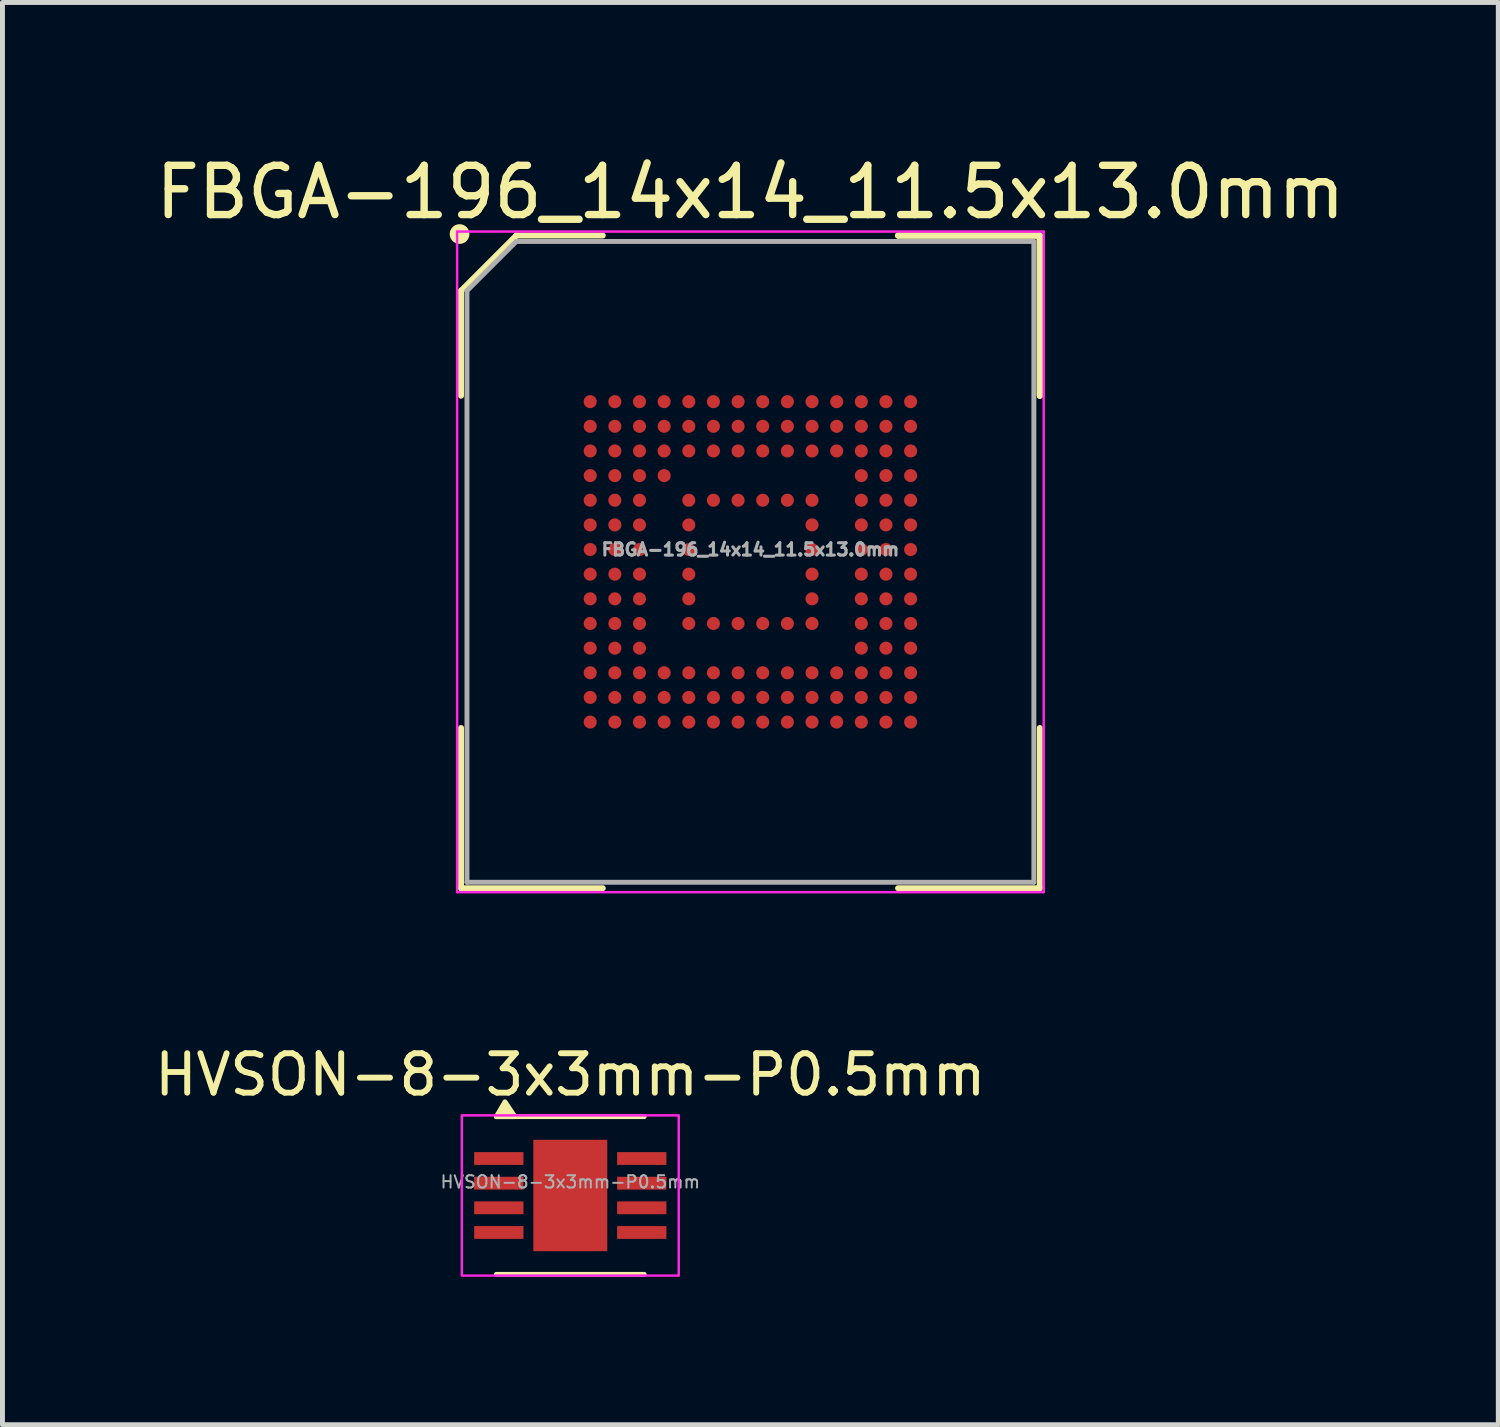
<source format=kicad_pcb>
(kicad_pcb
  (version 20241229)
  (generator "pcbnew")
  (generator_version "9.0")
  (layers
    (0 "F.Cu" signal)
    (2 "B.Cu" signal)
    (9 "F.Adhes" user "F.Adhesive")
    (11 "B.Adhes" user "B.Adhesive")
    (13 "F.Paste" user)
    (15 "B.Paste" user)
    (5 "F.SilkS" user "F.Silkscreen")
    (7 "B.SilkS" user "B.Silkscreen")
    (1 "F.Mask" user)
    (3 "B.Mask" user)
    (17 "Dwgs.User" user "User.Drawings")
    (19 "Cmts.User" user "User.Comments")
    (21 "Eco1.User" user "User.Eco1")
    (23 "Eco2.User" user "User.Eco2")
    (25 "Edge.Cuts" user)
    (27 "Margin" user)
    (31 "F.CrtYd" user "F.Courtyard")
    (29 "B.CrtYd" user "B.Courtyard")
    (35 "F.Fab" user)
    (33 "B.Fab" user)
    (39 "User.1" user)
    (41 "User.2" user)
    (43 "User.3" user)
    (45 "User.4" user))
  (footprint "FBGA-196_14x14_11.5x13.0mm"
    (layer "F.Cu")
    (at 12.173 8.348)
    (property "Reference" "FBGA-196_14x14_11.5x13.0mm" (at 0 -7.5 0) (layer "F.SilkS") (effects (font (size 1 1) (thickness 0.15))))
    (attr smd)
    (fp_line (start -5.87 -5.5) (end -5.87 -3.37) (stroke (width 0.12) (type default)) (layer "F.SilkS"))
    (fp_line (start -5.87 6.62) (end -5.87 3.37) (stroke (width 0.12) (type default)) (layer "F.SilkS"))
    (fp_line (start -4.75 -6.62) (end -5.87 -5.5) (stroke (width 0.12) (type default)) (layer "F.SilkS"))
    (fp_line (start -2.995 -6.62) (end -4.75 -6.62) (stroke (width 0.12) (type default)) (layer "F.SilkS"))
    (fp_line (start -2.995 6.62) (end -5.87 6.62) (stroke (width 0.12) (type default)) (layer "F.SilkS"))
    (fp_line (start 2.995 -6.62) (end 5.87 -6.62) (stroke (width 0.12) (type default)) (layer "F.SilkS"))
    (fp_line (start 2.995 -6.62) (end 5.87 -6.62) (stroke (width 0.12) (type default)) (layer "F.SilkS"))
    (fp_line (start 2.995 -6.62) (end 5.87 -6.62) (stroke (width 0.12) (type default)) (layer "F.SilkS"))
    (fp_line (start 2.995 6.62) (end 5.87 6.62) (stroke (width 0.12) (type default)) (layer "F.SilkS"))
    (fp_line (start 5.87 -6.62) (end 5.87 -3.37) (stroke (width 0.12) (type default)) (layer "F.SilkS"))
    (fp_line (start 5.87 -6.62) (end 5.87 -3.37) (stroke (width 0.12) (type default)) (layer "F.SilkS"))
    (fp_line (start 5.87 -6.62) (end 5.87 -3.37) (stroke (width 0.12) (type default)) (layer "F.SilkS"))
    (fp_line (start 5.87 6.62) (end 5.87 3.37) (stroke (width 0.12) (type default)) (layer "F.SilkS"))
    (fp_circle (center -5.9 -6.65) (end -5.9 -6.55) (stroke (width 0.2) (type default)) (fill no) (layer "F.SilkS"))
    (fp_line (start -5.95 -6.7) (end 5.95 -6.7) (stroke (width 0.05) (type default)) (layer "F.CrtYd"))
    (fp_line (start -5.95 6.7) (end -5.95 -6.7) (stroke (width 0.05) (type default)) (layer "F.CrtYd"))
    (fp_line (start 5.95 -6.7) (end 5.95 6.7) (stroke (width 0.05) (type default)) (layer "F.CrtYd"))
    (fp_line (start 5.95 6.7) (end -5.95 6.7) (stroke (width 0.05) (type default)) (layer "F.CrtYd"))
    (fp_line (start -5.75 -5.5) (end -5.75 6.5) (stroke (width 0.1) (type default)) (layer "F.Fab"))
    (fp_line (start -5.75 6.5) (end 5.75 6.5) (stroke (width 0.1) (type default)) (layer "F.Fab"))
    (fp_line (start -4.75 -6.5) (end -5.75 -5.5) (stroke (width 0.1) (type default)) (layer "F.Fab"))
    (fp_line (start 5.75 -6.5) (end -4.75 -6.5) (stroke (width 0.1) (type default)) (layer "F.Fab"))
    (fp_line (start 5.75 6.5) (end 5.75 -6.5) (stroke (width 0.1) (type default)) (layer "F.Fab"))
    (fp_text user "${REFERENCE}" (at 0 -0.25 0) (unlocked yes) (layer "F.Fab") (effects (font (size 0.25 0.25) (thickness 0.062) (bold yes))))
    (pad "A1" smd circle (at -3.25 -3.25) (size 0.265 0.265) (layers "F.Cu" "F.Mask" "F.Paste"))
    (pad "A2" smd circle (at -2.75 -3.25) (size 0.265 0.265) (layers "F.Cu" "F.Mask" "F.Paste"))
    (pad "A3" smd circle (at -2.25 -3.25) (size 0.265 0.265) (layers "F.Cu" "F.Mask" "F.Paste"))
    (pad "A4" smd circle (at -1.75 -3.25) (size 0.265 0.265) (layers "F.Cu" "F.Mask" "F.Paste"))
    (pad "A5" smd circle (at -1.25 -3.25) (size 0.265 0.265) (layers "F.Cu" "F.Mask" "F.Paste"))
    (pad "A6" smd circle (at -0.75 -3.25) (size 0.265 0.265) (layers "F.Cu" "F.Mask" "F.Paste"))
    (pad "A7" smd circle (at -0.25 -3.25) (size 0.265 0.265) (layers "F.Cu" "F.Mask" "F.Paste"))
    (pad "A8" smd circle (at 0.25 -3.25) (size 0.265 0.265) (layers "F.Cu" "F.Mask" "F.Paste"))
    (pad "A9" smd circle (at 0.75 -3.25) (size 0.265 0.265) (layers "F.Cu" "F.Mask" "F.Paste"))
    (pad "A10" smd circle (at 1.25 -3.25) (size 0.265 0.265) (layers "F.Cu" "F.Mask" "F.Paste"))
    (pad "A11" smd circle (at 1.75 -3.25) (size 0.265 0.265) (layers "F.Cu" "F.Mask" "F.Paste"))
    (pad "A12" smd circle (at 2.25 -3.25) (size 0.265 0.265) (layers "F.Cu" "F.Mask" "F.Paste"))
    (pad "A13" smd circle (at 2.75 -3.25) (size 0.265 0.265) (layers "F.Cu" "F.Mask" "F.Paste"))
    (pad "A14" smd circle (at 3.25 -3.25) (size 0.265 0.265) (layers "F.Cu" "F.Mask" "F.Paste"))
    (pad "B1" smd circle (at -3.25 -2.75) (size 0.265 0.265) (layers "F.Cu" "F.Mask" "F.Paste"))
    (pad "B2" smd circle (at -2.75 -2.75) (size 0.265 0.265) (layers "F.Cu" "F.Mask" "F.Paste"))
    (pad "B3" smd circle (at -2.25 -2.75) (size 0.265 0.265) (layers "F.Cu" "F.Mask" "F.Paste"))
    (pad "B4" smd circle (at -1.75 -2.75) (size 0.265 0.265) (layers "F.Cu" "F.Mask" "F.Paste"))
    (pad "B5" smd circle (at -1.25 -2.75) (size 0.265 0.265) (layers "F.Cu" "F.Mask" "F.Paste"))
    (pad "B6" smd circle (at -0.75 -2.75) (size 0.265 0.265) (layers "F.Cu" "F.Mask" "F.Paste"))
    (pad "B7" smd circle (at -0.25 -2.75) (size 0.265 0.265) (layers "F.Cu" "F.Mask" "F.Paste"))
    (pad "B8" smd circle (at 0.25 -2.75) (size 0.265 0.265) (layers "F.Cu" "F.Mask" "F.Paste"))
    (pad "B9" smd circle (at 0.75 -2.75) (size 0.265 0.265) (layers "F.Cu" "F.Mask" "F.Paste"))
    (pad "B10" smd circle (at 1.25 -2.75) (size 0.265 0.265) (layers "F.Cu" "F.Mask" "F.Paste"))
    (pad "B11" smd circle (at 1.75 -2.75) (size 0.265 0.265) (layers "F.Cu" "F.Mask" "F.Paste"))
    (pad "B12" smd circle (at 2.25 -2.75) (size 0.265 0.265) (layers "F.Cu" "F.Mask" "F.Paste"))
    (pad "B13" smd circle (at 2.75 -2.75) (size 0.265 0.265) (layers "F.Cu" "F.Mask" "F.Paste"))
    (pad "B14" smd circle (at 3.25 -2.75) (size 0.265 0.265) (layers "F.Cu" "F.Mask" "F.Paste"))
    (pad "C1" smd circle (at -3.25 -2.25) (size 0.265 0.265) (layers "F.Cu" "F.Mask" "F.Paste"))
    (pad "C2" smd circle (at -2.75 -2.25) (size 0.265 0.265) (layers "F.Cu" "F.Mask" "F.Paste"))
    (pad "C3" smd circle (at -2.25 -2.25) (size 0.265 0.265) (layers "F.Cu" "F.Mask" "F.Paste"))
    (pad "C4" smd circle (at -1.75 -2.25) (size 0.265 0.265) (layers "F.Cu" "F.Mask" "F.Paste"))
    (pad "C5" smd circle (at -1.25 -2.25) (size 0.265 0.265) (layers "F.Cu" "F.Mask" "F.Paste"))
    (pad "C6" smd circle (at -0.75 -2.25) (size 0.265 0.265) (layers "F.Cu" "F.Mask" "F.Paste"))
    (pad "C7" smd circle (at -0.25 -2.25) (size 0.265 0.265) (layers "F.Cu" "F.Mask" "F.Paste"))
    (pad "C8" smd circle (at 0.25 -2.25) (size 0.265 0.265) (layers "F.Cu" "F.Mask" "F.Paste"))
    (pad "C9" smd circle (at 0.75 -2.25) (size 0.265 0.265) (layers "F.Cu" "F.Mask" "F.Paste"))
    (pad "C10" smd circle (at 1.25 -2.25) (size 0.265 0.265) (layers "F.Cu" "F.Mask" "F.Paste"))
    (pad "C11" smd circle (at 1.75 -2.25) (size 0.265 0.265) (layers "F.Cu" "F.Mask" "F.Paste"))
    (pad "C12" smd circle (at 2.25 -2.25) (size 0.265 0.265) (layers "F.Cu" "F.Mask" "F.Paste"))
    (pad "C13" smd circle (at 2.75 -2.25) (size 0.265 0.265) (layers "F.Cu" "F.Mask" "F.Paste"))
    (pad "C14" smd circle (at 3.25 -2.25) (size 0.265 0.265) (layers "F.Cu" "F.Mask" "F.Paste"))
    (pad "D1" smd circle (at -3.25 -1.75) (size 0.265 0.265) (layers "F.Cu" "F.Mask" "F.Paste"))
    (pad "D2" smd circle (at -2.75 -1.75) (size 0.265 0.265) (layers "F.Cu" "F.Mask" "F.Paste"))
    (pad "D3" smd circle (at -2.25 -1.75) (size 0.265 0.265) (layers "F.Cu" "F.Mask" "F.Paste"))
    (pad "D4" smd circle (at -1.75 -1.75) (size 0.265 0.265) (layers "F.Cu" "F.Mask" "F.Paste"))
    (pad "D12" smd circle (at 2.25 -1.75) (size 0.265 0.265) (layers "F.Cu" "F.Mask" "F.Paste"))
    (pad "D13" smd circle (at 2.75 -1.75) (size 0.265 0.265) (layers "F.Cu" "F.Mask" "F.Paste"))
    (pad "D14" smd circle (at 3.25 -1.75) (size 0.265 0.265) (layers "F.Cu" "F.Mask" "F.Paste"))
    (pad "E1" smd circle (at -3.25 -1.25) (size 0.265 0.265) (layers "F.Cu" "F.Mask" "F.Paste"))
    (pad "E2" smd circle (at -2.75 -1.25) (size 0.265 0.265) (layers "F.Cu" "F.Mask" "F.Paste"))
    (pad "E3" smd circle (at -2.25 -1.25) (size 0.265 0.265) (layers "F.Cu" "F.Mask" "F.Paste"))
    (pad "E5" smd circle (at -1.25 -1.25) (size 0.265 0.265) (layers "F.Cu" "F.Mask" "F.Paste"))
    (pad "E6" smd circle (at -0.75 -1.25) (size 0.265 0.265) (layers "F.Cu" "F.Mask" "F.Paste"))
    (pad "E7" smd circle (at -0.25 -1.25) (size 0.265 0.265) (layers "F.Cu" "F.Mask" "F.Paste"))
    (pad "E8" smd circle (at 0.25 -1.25) (size 0.265 0.265) (layers "F.Cu" "F.Mask" "F.Paste"))
    (pad "E9" smd circle (at 0.75 -1.25) (size 0.265 0.265) (layers "F.Cu" "F.Mask" "F.Paste"))
    (pad "E10" smd circle (at 1.25 -1.25) (size 0.265 0.265) (layers "F.Cu" "F.Mask" "F.Paste"))
    (pad "E12" smd circle (at 2.25 -1.25) (size 0.265 0.265) (layers "F.Cu" "F.Mask" "F.Paste"))
    (pad "E13" smd circle (at 2.75 -1.25) (size 0.265 0.265) (layers "F.Cu" "F.Mask" "F.Paste"))
    (pad "E14" smd circle (at 3.25 -1.25) (size 0.265 0.265) (layers "F.Cu" "F.Mask" "F.Paste"))
    (pad "F1" smd circle (at -3.25 -0.75) (size 0.265 0.265) (layers "F.Cu" "F.Mask" "F.Paste"))
    (pad "F2" smd circle (at -2.75 -0.75) (size 0.265 0.265) (layers "F.Cu" "F.Mask" "F.Paste"))
    (pad "F3" smd circle (at -2.25 -0.75) (size 0.265 0.265) (layers "F.Cu" "F.Mask" "F.Paste"))
    (pad "F5" smd circle (at -1.25 -0.75) (size 0.265 0.265) (layers "F.Cu" "F.Mask" "F.Paste"))
    (pad "F10" smd circle (at 1.25 -0.75) (size 0.265 0.265) (layers "F.Cu" "F.Mask" "F.Paste"))
    (pad "F12" smd circle (at 2.25 -0.75) (size 0.265 0.265) (layers "F.Cu" "F.Mask" "F.Paste"))
    (pad "F13" smd circle (at 2.75 -0.75) (size 0.265 0.265) (layers "F.Cu" "F.Mask" "F.Paste"))
    (pad "F14" smd circle (at 3.25 -0.75) (size 0.265 0.265) (layers "F.Cu" "F.Mask" "F.Paste"))
    (pad "G1" smd circle (at -3.25 -0.25) (size 0.265 0.265) (layers "F.Cu" "F.Mask" "F.Paste"))
    (pad "G2" smd circle (at -2.75 -0.25) (size 0.265 0.265) (layers "F.Cu" "F.Mask" "F.Paste"))
    (pad "G3" smd circle (at -2.25 -0.25) (size 0.265 0.265) (layers "F.Cu" "F.Mask" "F.Paste"))
    (pad "G5" smd circle (at -1.25 -0.25) (size 0.265 0.265) (layers "F.Cu" "F.Mask" "F.Paste"))
    (pad "G10" smd circle (at 1.25 -0.25) (size 0.265 0.265) (layers "F.Cu" "F.Mask" "F.Paste"))
    (pad "G12" smd circle (at 2.25 -0.25) (size 0.265 0.265) (layers "F.Cu" "F.Mask" "F.Paste"))
    (pad "G13" smd circle (at 2.75 -0.25) (size 0.265 0.265) (layers "F.Cu" "F.Mask" "F.Paste"))
    (pad "G14" smd circle (at 3.25 -0.25) (size 0.265 0.265) (layers "F.Cu" "F.Mask" "F.Paste"))
    (pad "H1" smd circle (at -3.25 0.25) (size 0.265 0.265) (layers "F.Cu" "F.Mask" "F.Paste"))
    (pad "H2" smd circle (at -2.75 0.25) (size 0.265 0.265) (layers "F.Cu" "F.Mask" "F.Paste"))
    (pad "H3" smd circle (at -2.25 0.25) (size 0.265 0.265) (layers "F.Cu" "F.Mask" "F.Paste"))
    (pad "H5" smd circle (at -1.25 0.25) (size 0.265 0.265) (layers "F.Cu" "F.Mask" "F.Paste"))
    (pad "H10" smd circle (at 1.25 0.25) (size 0.265 0.265) (layers "F.Cu" "F.Mask" "F.Paste"))
    (pad "H12" smd circle (at 2.25 0.25) (size 0.265 0.265) (layers "F.Cu" "F.Mask" "F.Paste"))
    (pad "H13" smd circle (at 2.75 0.25) (size 0.265 0.265) (layers "F.Cu" "F.Mask" "F.Paste"))
    (pad "H14" smd circle (at 3.25 0.25) (size 0.265 0.265) (layers "F.Cu" "F.Mask" "F.Paste"))
    (pad "J1" smd circle (at -3.25 0.75) (size 0.265 0.265) (layers "F.Cu" "F.Mask" "F.Paste"))
    (pad "J2" smd circle (at -2.75 0.75) (size 0.265 0.265) (layers "F.Cu" "F.Mask" "F.Paste"))
    (pad "J3" smd circle (at -2.25 0.75) (size 0.265 0.265) (layers "F.Cu" "F.Mask" "F.Paste"))
    (pad "J5" smd circle (at -1.25 0.75) (size 0.265 0.265) (layers "F.Cu" "F.Mask" "F.Paste"))
    (pad "J10" smd circle (at 1.25 0.75) (size 0.265 0.265) (layers "F.Cu" "F.Mask" "F.Paste"))
    (pad "J12" smd circle (at 2.25 0.75) (size 0.265 0.265) (layers "F.Cu" "F.Mask" "F.Paste"))
    (pad "J13" smd circle (at 2.75 0.75) (size 0.265 0.265) (layers "F.Cu" "F.Mask" "F.Paste"))
    (pad "J14" smd circle (at 3.25 0.75) (size 0.265 0.265) (layers "F.Cu" "F.Mask" "F.Paste"))
    (pad "K1" smd circle (at -3.25 1.25) (size 0.265 0.265) (layers "F.Cu" "F.Mask" "F.Paste"))
    (pad "K2" smd circle (at -2.75 1.25) (size 0.265 0.265) (layers "F.Cu" "F.Mask" "F.Paste"))
    (pad "K3" smd circle (at -2.25 1.25) (size 0.265 0.265) (layers "F.Cu" "F.Mask" "F.Paste"))
    (pad "K5" smd circle (at -1.25 1.25) (size 0.265 0.265) (layers "F.Cu" "F.Mask" "F.Paste"))
    (pad "K6" smd circle (at -0.75 1.25) (size 0.265 0.265) (layers "F.Cu" "F.Mask" "F.Paste"))
    (pad "K7" smd circle (at -0.25 1.25) (size 0.265 0.265) (layers "F.Cu" "F.Mask" "F.Paste"))
    (pad "K8" smd circle (at 0.25 1.25) (size 0.265 0.265) (layers "F.Cu" "F.Mask" "F.Paste"))
    (pad "K9" smd circle (at 0.75 1.25) (size 0.265 0.265) (layers "F.Cu" "F.Mask" "F.Paste"))
    (pad "K10" smd circle (at 1.25 1.25) (size 0.265 0.265) (layers "F.Cu" "F.Mask" "F.Paste"))
    (pad "K12" smd circle (at 2.25 1.25) (size 0.265 0.265) (layers "F.Cu" "F.Mask" "F.Paste"))
    (pad "K13" smd circle (at 2.75 1.25) (size 0.265 0.265) (layers "F.Cu" "F.Mask" "F.Paste"))
    (pad "K14" smd circle (at 3.25 1.25) (size 0.265 0.265) (layers "F.Cu" "F.Mask" "F.Paste"))
    (pad "L1" smd circle (at -3.25 1.75) (size 0.265 0.265) (layers "F.Cu" "F.Mask" "F.Paste"))
    (pad "L2" smd circle (at -2.75 1.75) (size 0.265 0.265) (layers "F.Cu" "F.Mask" "F.Paste"))
    (pad "L3" smd circle (at -2.25 1.75) (size 0.265 0.265) (layers "F.Cu" "F.Mask" "F.Paste"))
    (pad "L12" smd circle (at 2.25 1.75) (size 0.265 0.265) (layers "F.Cu" "F.Mask" "F.Paste"))
    (pad "L13" smd circle (at 2.75 1.75) (size 0.265 0.265) (layers "F.Cu" "F.Mask" "F.Paste"))
    (pad "L14" smd circle (at 3.25 1.75) (size 0.265 0.265) (layers "F.Cu" "F.Mask" "F.Paste"))
    (pad "M1" smd circle (at -3.25 2.25) (size 0.265 0.265) (layers "F.Cu" "F.Mask" "F.Paste"))
    (pad "M2" smd circle (at -2.75 2.25) (size 0.265 0.265) (layers "F.Cu" "F.Mask" "F.Paste"))
    (pad "M3" smd circle (at -2.25 2.25) (size 0.265 0.265) (layers "F.Cu" "F.Mask" "F.Paste"))
    (pad "M4" smd circle (at -1.75 2.25) (size 0.265 0.265) (layers "F.Cu" "F.Mask" "F.Paste"))
    (pad "M5" smd circle (at -1.25 2.25) (size 0.265 0.265) (layers "F.Cu" "F.Mask" "F.Paste"))
    (pad "M6" smd circle (at -0.75 2.25) (size 0.265 0.265) (layers "F.Cu" "F.Mask" "F.Paste"))
    (pad "M7" smd circle (at -0.25 2.25) (size 0.265 0.265) (layers "F.Cu" "F.Mask" "F.Paste"))
    (pad "M8" smd circle (at 0.25 2.25) (size 0.265 0.265) (layers "F.Cu" "F.Mask" "F.Paste"))
    (pad "M9" smd circle (at 0.75 2.25) (size 0.265 0.265) (layers "F.Cu" "F.Mask" "F.Paste"))
    (pad "M10" smd circle (at 1.25 2.25) (size 0.265 0.265) (layers "F.Cu" "F.Mask" "F.Paste"))
    (pad "M11" smd circle (at 1.75 2.25) (size 0.265 0.265) (layers "F.Cu" "F.Mask" "F.Paste"))
    (pad "M12" smd circle (at 2.25 2.25) (size 0.265 0.265) (layers "F.Cu" "F.Mask" "F.Paste"))
    (pad "M13" smd circle (at 2.75 2.25) (size 0.265 0.265) (layers "F.Cu" "F.Mask" "F.Paste"))
    (pad "M14" smd circle (at 3.25 2.25) (size 0.265 0.265) (layers "F.Cu" "F.Mask" "F.Paste"))
    (pad "N1" smd circle (at -3.25 2.75) (size 0.265 0.265) (layers "F.Cu" "F.Mask" "F.Paste"))
    (pad "N2" smd circle (at -2.75 2.75) (size 0.265 0.265) (layers "F.Cu" "F.Mask" "F.Paste"))
    (pad "N3" smd circle (at -2.25 2.75) (size 0.265 0.265) (layers "F.Cu" "F.Mask" "F.Paste"))
    (pad "N4" smd circle (at -1.75 2.75) (size 0.265 0.265) (layers "F.Cu" "F.Mask" "F.Paste"))
    (pad "N5" smd circle (at -1.25 2.75) (size 0.265 0.265) (layers "F.Cu" "F.Mask" "F.Paste"))
    (pad "N6" smd circle (at -0.75 2.75) (size 0.265 0.265) (layers "F.Cu" "F.Mask" "F.Paste"))
    (pad "N7" smd circle (at -0.25 2.75) (size 0.265 0.265) (layers "F.Cu" "F.Mask" "F.Paste"))
    (pad "N8" smd circle (at 0.25 2.75) (size 0.265 0.265) (layers "F.Cu" "F.Mask" "F.Paste"))
    (pad "N9" smd circle (at 0.75 2.75) (size 0.265 0.265) (layers "F.Cu" "F.Mask" "F.Paste"))
    (pad "N10" smd circle (at 1.25 2.75) (size 0.265 0.265) (layers "F.Cu" "F.Mask" "F.Paste"))
    (pad "N11" smd circle (at 1.75 2.75) (size 0.265 0.265) (layers "F.Cu" "F.Mask" "F.Paste"))
    (pad "N12" smd circle (at 2.25 2.75) (size 0.265 0.265) (layers "F.Cu" "F.Mask" "F.Paste"))
    (pad "N13" smd circle (at 2.75 2.75) (size 0.265 0.265) (layers "F.Cu" "F.Mask" "F.Paste"))
    (pad "N14" smd circle (at 3.25 2.75) (size 0.265 0.265) (layers "F.Cu" "F.Mask" "F.Paste"))
    (pad "P1" smd circle (at -3.25 3.25) (size 0.265 0.265) (layers "F.Cu" "F.Mask" "F.Paste"))
    (pad "P2" smd circle (at -2.75 3.25) (size 0.265 0.265) (layers "F.Cu" "F.Mask" "F.Paste"))
    (pad "P3" smd circle (at -2.25 3.25) (size 0.265 0.265) (layers "F.Cu" "F.Mask" "F.Paste"))
    (pad "P4" smd circle (at -1.75 3.25) (size 0.265 0.265) (layers "F.Cu" "F.Mask" "F.Paste"))
    (pad "P5" smd circle (at -1.25 3.25) (size 0.265 0.265) (layers "F.Cu" "F.Mask" "F.Paste"))
    (pad "P6" smd circle (at -0.75 3.25) (size 0.265 0.265) (layers "F.Cu" "F.Mask" "F.Paste"))
    (pad "P7" smd circle (at -0.25 3.25) (size 0.265 0.265) (layers "F.Cu" "F.Mask" "F.Paste"))
    (pad "P8" smd circle (at 0.25 3.25) (size 0.265 0.265) (layers "F.Cu" "F.Mask" "F.Paste"))
    (pad "P9" smd circle (at 0.75 3.25) (size 0.265 0.265) (layers "F.Cu" "F.Mask" "F.Paste"))
    (pad "P10" smd circle (at 1.25 3.25) (size 0.265 0.265) (layers "F.Cu" "F.Mask" "F.Paste"))
    (pad "P11" smd circle (at 1.75 3.25) (size 0.265 0.265) (layers "F.Cu" "F.Mask" "F.Paste"))
    (pad "P12" smd circle (at 2.25 3.25) (size 0.265 0.265) (layers "F.Cu" "F.Mask" "F.Paste"))
    (pad "P13" smd circle (at 2.75 3.25) (size 0.265 0.265) (layers "F.Cu" "F.Mask" "F.Paste"))
    (pad "P14" smd circle (at 3.25 3.25) (size 0.265 0.265) (layers "F.Cu" "F.Mask" "F.Paste")))
  (footprint "HVSON-8-3x3mm-P0.5mm"
    (layer "F.Cu")
    (at 8.519 21.202)
    (property "Reference" "HVSON-8-3x3mm-P0.5mm" (at 0 -2.45 0) (layer "F.SilkS") (effects (font (size 0.8 0.8) (thickness 0.12))))
    (attr smd)
    (fp_line (start 1.5 -1.6) (end -1.5 -1.6) (stroke (width 0.1) (type default)) (layer "F.SilkS"))
    (fp_line (start 1.5 1.6) (end -1.5 1.6) (stroke (width 0.1) (type default)) (layer "F.SilkS"))
    (fp_poly (pts (xy -1.5 -1.6) (xy -1.325 -1.9) (xy -1.125 -1.6)) (stroke (width 0.1) (type solid)) (fill yes) (layer "F.SilkS"))
    (fp_rect (start -2.2 -1.625) (end 2.2 1.625) (stroke (width 0.05) (type default)) (fill no) (layer "F.CrtYd"))
    (fp_text user "${REFERENCE}" (at 0 -0.275 0) (layer "F.Fab") (effects (font (size 0.25 0.25) (thickness 0.04))))
    (pad "1" smd rect (at -1.45 -0.75) (size 1 0.26) (layers "F.Cu" "F.Mask" "F.Paste"))
    (pad "2" smd rect (at -1.45 -0.25) (size 1 0.26) (layers "F.Cu" "F.Mask" "F.Paste"))
    (pad "3" smd rect (at -1.45 0.25) (size 1 0.26) (layers "F.Cu" "F.Mask" "F.Paste"))
    (pad "4" smd rect (at -1.45 0.75) (size 1 0.26) (layers "F.Cu" "F.Mask" "F.Paste"))
    (pad "5" smd rect (at 1.45 0.75) (size 1 0.26) (layers "F.Cu" "F.Mask" "F.Paste"))
    (pad "6" smd rect (at 1.45 0.25) (size 1 0.26) (layers "F.Cu" "F.Mask" "F.Paste"))
    (pad "7" smd rect (at 1.45 -0.25) (size 1 0.26) (layers "F.Cu" "F.Mask" "F.Paste"))
    (pad "8" smd rect (at 1.45 -0.75) (size 1 0.26) (layers "F.Cu" "F.Mask" "F.Paste"))
    (pad "9" smd rect (at 0 0) (size 1.5 2.26) (layers "F.Cu" "F.Mask" "F.Paste")))
  (gr_rect
    (start -3 -3)
    (end 27.345 25.852)
    (stroke (width 0.1) (type default))
    (fill no)
    (layer "Edge.Cuts")))
</source>
